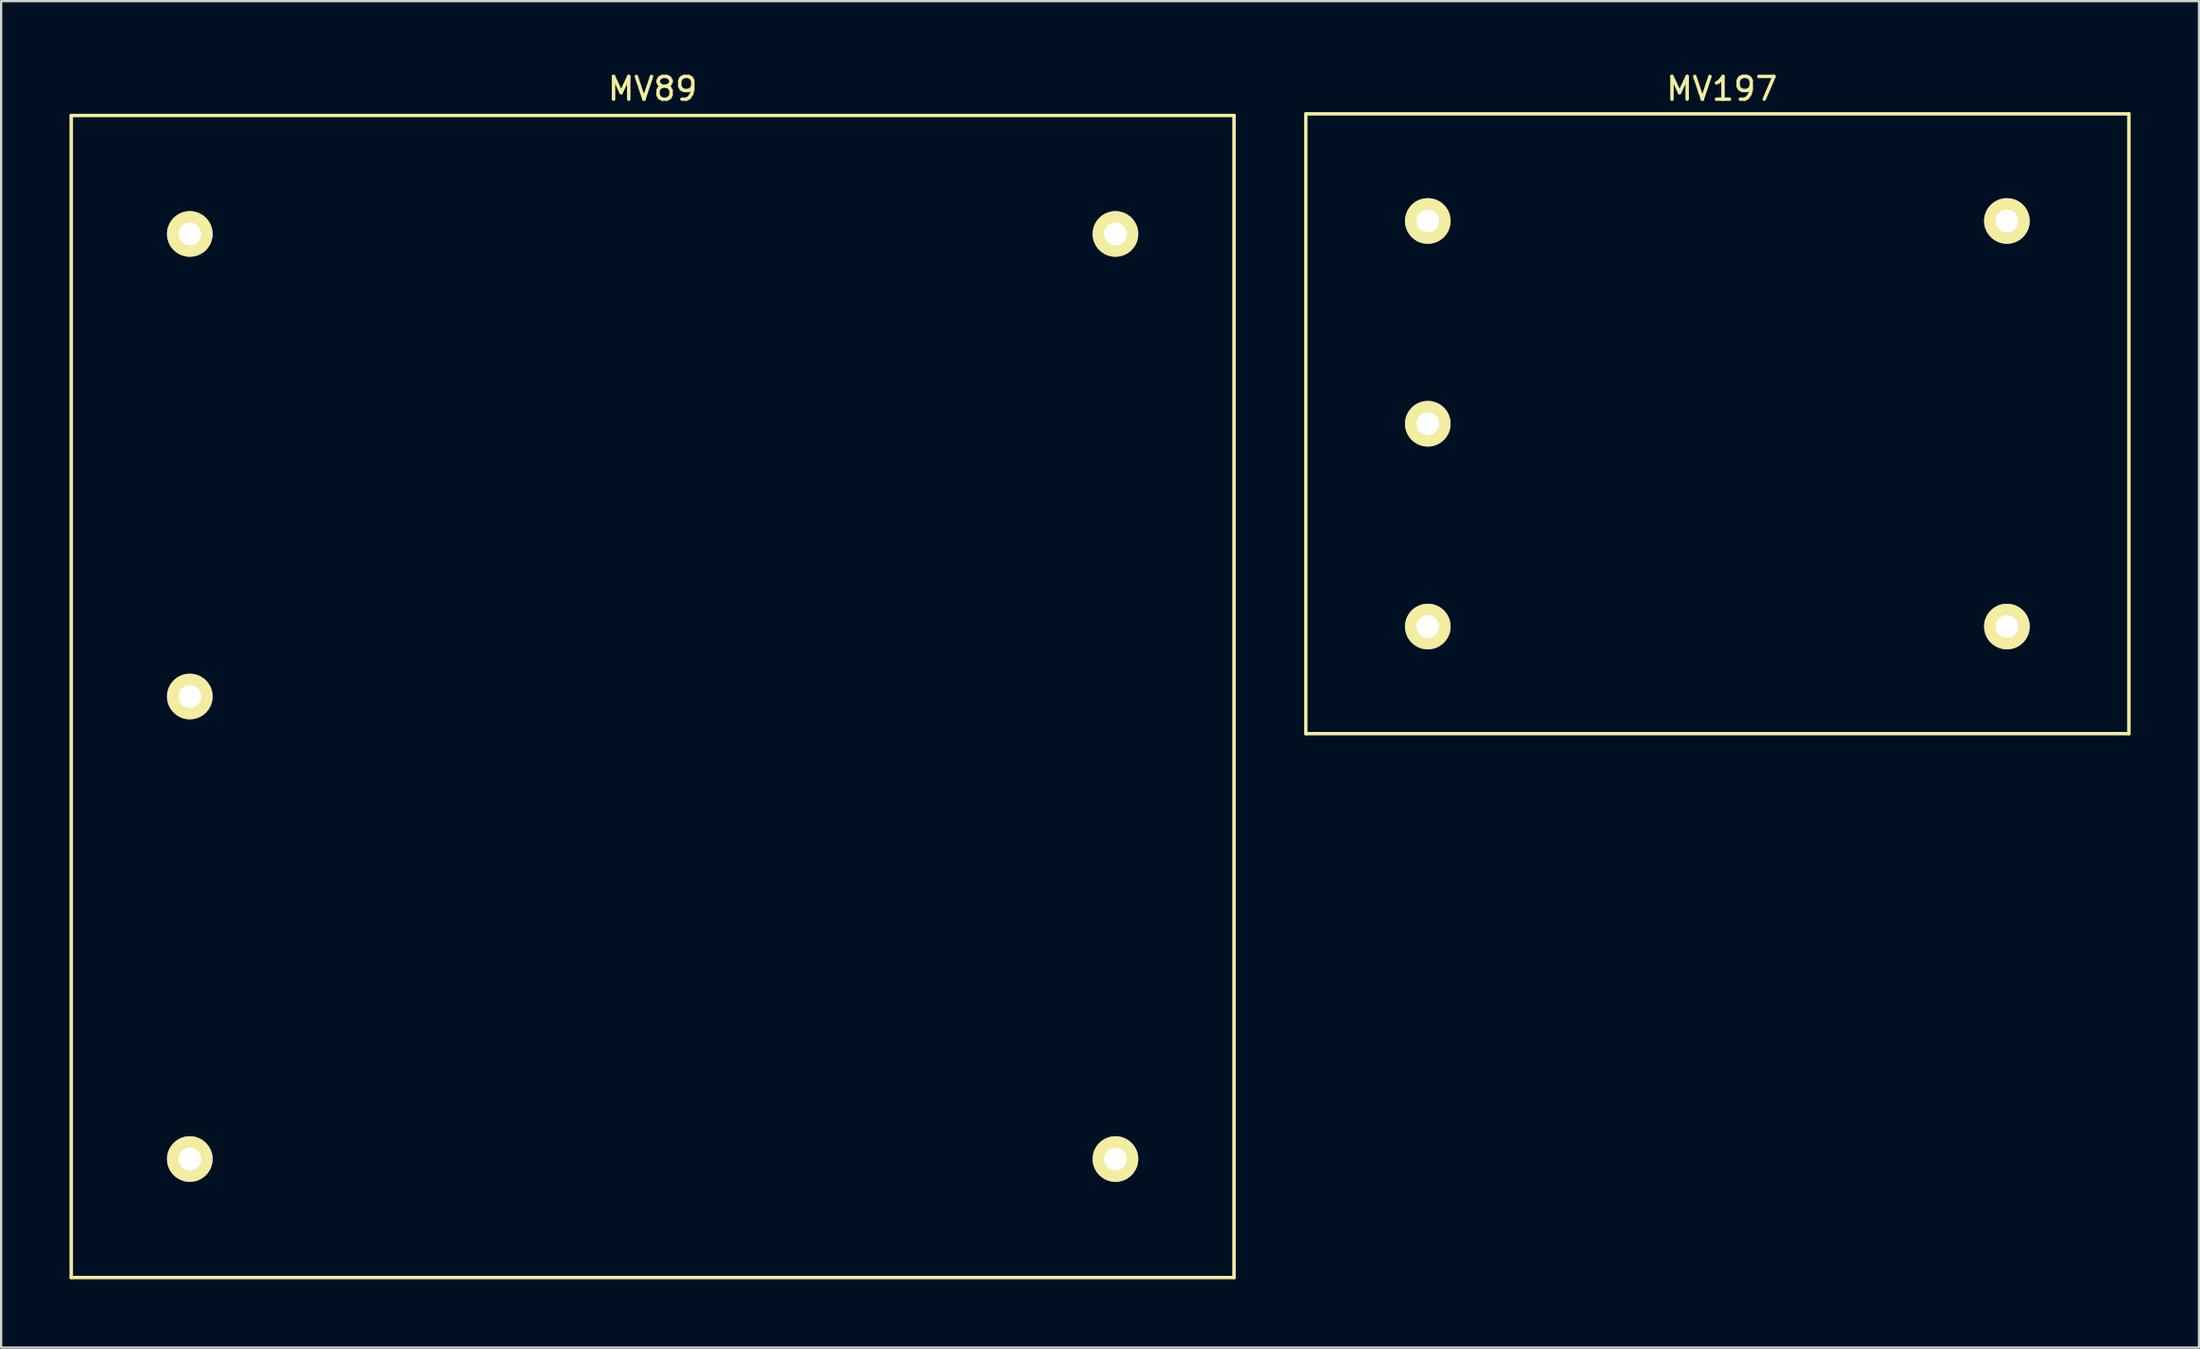
<source format=kicad_pcb>
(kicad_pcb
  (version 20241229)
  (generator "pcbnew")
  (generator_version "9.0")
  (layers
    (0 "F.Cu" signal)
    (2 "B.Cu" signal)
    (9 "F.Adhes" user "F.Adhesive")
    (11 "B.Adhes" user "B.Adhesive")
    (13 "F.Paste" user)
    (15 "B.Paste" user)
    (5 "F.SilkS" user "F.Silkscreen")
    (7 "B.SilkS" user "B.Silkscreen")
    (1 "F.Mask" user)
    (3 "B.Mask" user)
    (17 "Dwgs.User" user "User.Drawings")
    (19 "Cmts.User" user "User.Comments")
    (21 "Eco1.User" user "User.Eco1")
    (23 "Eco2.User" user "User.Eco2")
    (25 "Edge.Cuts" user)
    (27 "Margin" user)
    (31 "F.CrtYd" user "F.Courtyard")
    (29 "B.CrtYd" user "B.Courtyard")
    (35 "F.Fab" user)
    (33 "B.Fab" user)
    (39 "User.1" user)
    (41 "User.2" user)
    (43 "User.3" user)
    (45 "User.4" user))
  (footprint "MV89"
    (layer "F.Cu")
    (at 25.575 27.518)
    (property "Reference" "MV89" (at 0 -26.67 0) (layer "F.SilkS") (effects (font (size 1 1) (thickness 0.15))))
    (attr through_hole)
    (fp_line (start -25.5 -25.5) (end 25.5 -25.5) (stroke (width 0.15) (type solid)) (layer "F.SilkS"))
    (fp_line (start -25.5 25.5) (end -25.5 -25.5) (stroke (width 0.15) (type solid)) (layer "F.SilkS"))
    (fp_line (start -25.5 25.5) (end 25.5 25.5) (stroke (width 0.15) (type solid)) (layer "F.SilkS"))
    (fp_line (start 25.5 25.5) (end 25.5 -25.5) (stroke (width 0.15) (type solid)) (layer "F.SilkS"))
    (pad "1" thru_hole circle (at -20.3 -20.3) (size 2 2) (drill 1) (layers "*.Cu" "*.Mask" "F.SilkS"))
    (pad "2" thru_hole circle (at -20.3 0) (size 2 2) (drill 1) (layers "*.Cu" "*.Mask" "F.SilkS"))
    (pad "3" thru_hole circle (at -20.3 20.3) (size 2 2) (drill 1) (layers "*.Cu" "*.Mask" "F.SilkS"))
    (pad "4" thru_hole circle (at 20.3 20.3) (size 2 2) (drill 1) (layers "*.Cu" "*.Mask" "F.SilkS"))
    (pad "5" thru_hole circle (at 20.3 -20.3) (size 2 2) (drill 1) (layers "*.Cu" "*.Mask" "F.SilkS")))
  (footprint "MV197"
    (layer "F.Cu")
    (at 72.275 15.548)
    (property "Reference" "MV197" (at 0.2 -14.7 0) (layer "F.SilkS") (effects (font (size 1 1) (thickness 0.15))))
    (attr through_hole)
    (fp_line (start -18.05 -13.6) (end 18.05 -13.6) (stroke (width 0.15) (type solid)) (layer "F.SilkS"))
    (fp_line (start -18.05 13.6) (end -18.05 -13.6) (stroke (width 0.15) (type solid)) (layer "F.SilkS"))
    (fp_line (start -18.05 13.6) (end 18.05 13.6) (stroke (width 0.15) (type solid)) (layer "F.SilkS"))
    (fp_line (start 18.05 13.6) (end 18.05 -13.6) (stroke (width 0.15) (type solid)) (layer "F.SilkS"))
    (pad "1" thru_hole circle (at -12.7 -8.9) (size 2 2) (drill 1) (layers "*.Cu" "*.Mask" "F.SilkS"))
    (pad "2" thru_hole circle (at -12.7 0) (size 2 2) (drill 1) (layers "*.Cu" "*.Mask" "F.SilkS"))
    (pad "3" thru_hole circle (at -12.7 8.9) (size 2 2) (drill 1) (layers "*.Cu" "*.Mask" "F.SilkS"))
    (pad "4" thru_hole circle (at 12.7 8.9) (size 2 2) (drill 1) (layers "*.Cu" "*.Mask" "F.SilkS"))
    (pad "5" thru_hole circle (at 12.7 -8.9) (size 2 2) (drill 1) (layers "*.Cu" "*.Mask" "F.SilkS")))
  (gr_rect
    (start -3 -3)
    (end 93.4 56.093)
    (stroke (width 0.1) (type default))
    (fill no)
    (layer "Edge.Cuts")))
</source>
